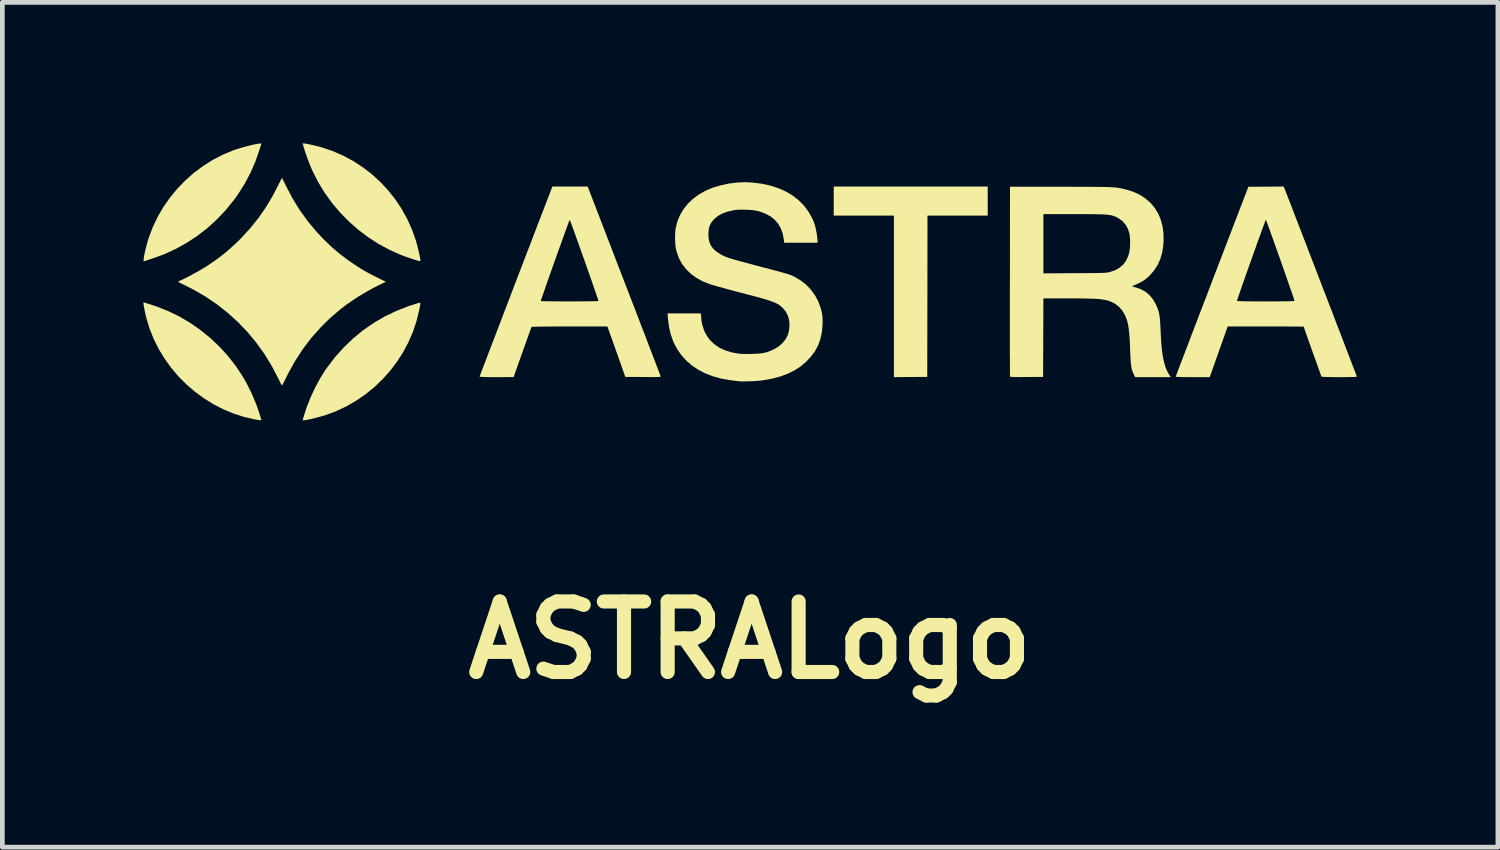
<source format=kicad_pcb>
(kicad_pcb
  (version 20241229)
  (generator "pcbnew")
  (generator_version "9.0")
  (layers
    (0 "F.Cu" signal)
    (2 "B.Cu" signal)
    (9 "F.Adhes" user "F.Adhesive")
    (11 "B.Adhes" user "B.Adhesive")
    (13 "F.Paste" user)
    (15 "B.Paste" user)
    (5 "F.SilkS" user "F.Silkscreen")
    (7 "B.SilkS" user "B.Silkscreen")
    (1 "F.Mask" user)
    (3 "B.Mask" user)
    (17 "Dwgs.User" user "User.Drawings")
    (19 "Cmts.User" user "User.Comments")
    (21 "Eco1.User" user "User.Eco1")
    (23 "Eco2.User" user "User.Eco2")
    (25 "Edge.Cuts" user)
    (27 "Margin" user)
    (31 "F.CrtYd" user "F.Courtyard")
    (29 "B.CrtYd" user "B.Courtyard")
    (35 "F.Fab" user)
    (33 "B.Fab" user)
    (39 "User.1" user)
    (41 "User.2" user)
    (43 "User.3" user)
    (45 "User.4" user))
  (footprint "ASTRALogo"
    (layer "F.Cu")
    (at 12.9 2.944)
    (property "Reference" "ASTRALogo" (at 0 7.62 0) (layer "F.SilkS") (effects (font (size 1.5 1.5) (thickness 0.3))))
    (attr board_only exclude_from_pos_files exclude_from_bom)
    (fp_poly (pts (xy 5.057 -1.718) (xy 5.057 -1.408) (xy 4.416 -1.408) (xy 3.776 -1.408) (xy 3.774 0.307) (xy 3.771 2.022) (xy 3.416 2.024) (xy 3.062 2.027) (xy 3.062 0.31) (xy 3.062 -1.408) (xy 2.422 -1.408) (xy 1.782 -1.408) (xy 1.782 -1.718) (xy 1.782 -2.027) (xy 3.419 -2.027) (xy 5.057 -2.027)) (stroke (width 0) (type solid)) (fill yes) (layer "F.SilkS"))
    (fp_poly (pts (xy -7.014 0.448) (xy -7.011 0.46) (xy -7.012 0.484) (xy -7.019 0.523) (xy -7.03 0.579) (xy -7.035 0.603) (xy -7.092 0.837) (xy -7.168 1.065) (xy -7.264 1.286) (xy -7.377 1.498) (xy -7.507 1.7) (xy -7.653 1.892) (xy -7.813 2.071) (xy -7.987 2.238) (xy -8.174 2.39) (xy -8.373 2.527) (xy -8.582 2.648) (xy -8.801 2.751) (xy -8.945 2.806) (xy -9.015 2.83) (xy -9.092 2.854) (xy -9.173 2.877) (xy -9.252 2.898) (xy -9.327 2.916) (xy -9.394 2.93) (xy -9.449 2.94) (xy -9.487 2.944) (xy -9.491 2.944) (xy -9.514 2.944) (xy -9.492 2.867) (xy -9.426 2.663) (xy -9.344 2.456) (xy -9.248 2.25) (xy -9.141 2.053) (xy -9.026 1.869) (xy -8.987 1.814) (xy -8.817 1.593) (xy -8.632 1.388) (xy -8.435 1.2) (xy -8.225 1.028) (xy -8.002 0.874) (xy -7.767 0.737) (xy -7.522 0.619) (xy -7.265 0.518) (xy -7.065 0.455) (xy -7.041 0.448) (xy -7.024 0.444)) (stroke (width 0) (type solid)) (fill yes) (layer "F.SilkS"))
    (fp_poly (pts (xy -12.885 0.441) (xy -12.855 0.449) (xy -12.814 0.462) (xy -12.766 0.476) (xy -12.716 0.492) (xy -12.668 0.508) (xy -12.626 0.522) (xy -12.615 0.526) (xy -12.369 0.624) (xy -12.131 0.74) (xy -11.902 0.875) (xy -11.684 1.027) (xy -11.477 1.196) (xy -11.283 1.379) (xy -11.103 1.576) (xy -10.939 1.786) (xy -10.791 2.007) (xy -10.725 2.12) (xy -10.603 2.36) (xy -10.497 2.612) (xy -10.426 2.82) (xy -10.412 2.867) (xy -10.401 2.905) (xy -10.393 2.931) (xy -10.39 2.94) (xy -10.401 2.944) (xy -10.431 2.942) (xy -10.48 2.934) (xy -10.522 2.927) (xy -10.755 2.875) (xy -10.981 2.802) (xy -11.201 2.711) (xy -11.413 2.602) (xy -11.615 2.476) (xy -11.807 2.335) (xy -11.988 2.179) (xy -12.156 2.01) (xy -12.31 1.828) (xy -12.45 1.634) (xy -12.574 1.43) (xy -12.68 1.217) (xy -12.769 0.995) (xy -12.832 0.788) (xy -12.846 0.734) (xy -12.86 0.675) (xy -12.872 0.616) (xy -12.883 0.56) (xy -12.892 0.51) (xy -12.898 0.471) (xy -12.9 0.445) (xy -12.899 0.438)) (stroke (width 0) (type solid)) (fill yes) (layer "F.SilkS"))
    (fp_poly (pts (xy -9.491 -2.944) (xy -9.465 -2.942) (xy -9.423 -2.934) (xy -9.369 -2.924) (xy -9.308 -2.91) (xy -9.243 -2.895) (xy -9.179 -2.879) (xy -9.122 -2.864) (xy -9.105 -2.859) (xy -8.872 -2.78) (xy -8.647 -2.682) (xy -8.433 -2.567) (xy -8.23 -2.434) (xy -8.038 -2.286) (xy -7.859 -2.122) (xy -7.694 -1.945) (xy -7.543 -1.754) (xy -7.408 -1.551) (xy -7.289 -1.337) (xy -7.188 -1.112) (xy -7.105 -0.878) (xy -7.101 -0.864) (xy -7.086 -0.81) (xy -7.07 -0.749) (xy -7.054 -0.684) (xy -7.039 -0.62) (xy -7.026 -0.56) (xy -7.016 -0.51) (xy -7.01 -0.474) (xy -7.009 -0.459) (xy -7.01 -0.444) (xy -7.019 -0.44) (xy -7.04 -0.444) (xy -7.046 -0.445) (xy -7.084 -0.456) (xy -7.137 -0.472) (xy -7.2 -0.493) (xy -7.268 -0.516) (xy -7.336 -0.54) (xy -7.398 -0.563) (xy -7.431 -0.576) (xy -7.672 -0.683) (xy -7.904 -0.809) (xy -8.125 -0.952) (xy -8.336 -1.112) (xy -8.534 -1.287) (xy -8.719 -1.476) (xy -8.889 -1.678) (xy -9.044 -1.892) (xy -9.181 -2.117) (xy -9.3 -2.351) (xy -9.323 -2.403) (xy -9.369 -2.513) (xy -9.413 -2.629) (xy -9.453 -2.742) (xy -9.486 -2.846) (xy -9.492 -2.867) (xy -9.514 -2.944)) (stroke (width 0) (type solid)) (fill yes) (layer "F.SilkS"))
    (fp_poly (pts (xy -10.397 -2.942) (xy -10.393 -2.935) (xy -10.394 -2.927) (xy -10.4 -2.908) (xy -10.411 -2.874) (xy -10.423 -2.833) (xy -10.427 -2.822) (xy -10.516 -2.565) (xy -10.623 -2.318) (xy -10.749 -2.081) (xy -10.892 -1.855) (xy -10.97 -1.746) (xy -11.146 -1.529) (xy -11.335 -1.329) (xy -11.537 -1.145) (xy -11.752 -0.978) (xy -11.979 -0.829) (xy -12.218 -0.697) (xy -12.462 -0.586) (xy -12.503 -0.57) (xy -12.555 -0.551) (xy -12.613 -0.53) (xy -12.673 -0.508) (xy -12.733 -0.488) (xy -12.789 -0.469) (xy -12.836 -0.453) (xy -12.872 -0.443) (xy -12.892 -0.438) (xy -12.894 -0.437) (xy -12.896 -0.447) (xy -12.896 -0.472) (xy -12.893 -0.501) (xy -12.885 -0.553) (xy -12.871 -0.619) (xy -12.854 -0.696) (xy -12.833 -0.777) (xy -12.81 -0.858) (xy -12.787 -0.934) (xy -12.784 -0.944) (xy -12.698 -1.17) (xy -12.594 -1.387) (xy -12.472 -1.596) (xy -12.333 -1.794) (xy -12.178 -1.981) (xy -12.009 -2.156) (xy -11.827 -2.317) (xy -11.632 -2.462) (xy -11.427 -2.592) (xy -11.212 -2.704) (xy -10.988 -2.797) (xy -10.985 -2.798) (xy -10.922 -2.819) (xy -10.848 -2.842) (xy -10.766 -2.866) (xy -10.683 -2.888) (xy -10.602 -2.908) (xy -10.53 -2.924) (xy -10.47 -2.936) (xy -10.445 -2.939) (xy -10.413 -2.943)) (stroke (width 0) (type solid)) (fill yes) (layer "F.SilkS"))
    (fp_poly (pts (xy -9.947 -2.198) (xy -9.933 -2.173) (xy -9.914 -2.135) (xy -9.89 -2.086) (xy -9.868 -2.04) (xy -9.73 -1.777) (xy -9.577 -1.528) (xy -9.406 -1.291) (xy -9.218 -1.065) (xy -9.057 -0.895) (xy -8.893 -0.738) (xy -8.727 -0.597) (xy -8.553 -0.465) (xy -8.428 -0.379) (xy -8.345 -0.325) (xy -8.272 -0.279) (xy -8.203 -0.237) (xy -8.134 -0.198) (xy -8.059 -0.158) (xy -7.972 -0.114) (xy -7.914 -0.085) (xy -7.743 -0.000126) (xy -7.864 0.057) (xy -8.007 0.129) (xy -8.157 0.212) (xy -8.31 0.303) (xy -8.458 0.399) (xy -8.596 0.496) (xy -8.705 0.579) (xy -8.932 0.773) (xy -9.142 0.981) (xy -9.336 1.202) (xy -9.514 1.437) (xy -9.675 1.686) (xy -9.821 1.949) (xy -9.85 2.008) (xy -9.879 2.067) (xy -9.906 2.12) (xy -9.928 2.162) (xy -9.944 2.192) (xy -9.952 2.206) (xy -9.953 2.207) (xy -9.959 2.198) (xy -9.973 2.173) (xy -9.992 2.136) (xy -10.015 2.088) (xy -10.028 2.062) (xy -10.167 1.795) (xy -10.322 1.54) (xy -10.495 1.299) (xy -10.683 1.072) (xy -10.886 0.859) (xy -11.105 0.661) (xy -11.337 0.478) (xy -11.583 0.311) (xy -11.842 0.162) (xy -12.025 0.069) (xy -12.074 0.046) (xy -12.115 0.025) (xy -12.145 0.009) (xy -12.16 0.000211) (xy -12.161 -0.001) (xy -12.152 -0.008) (xy -12.128 -0.021) (xy -12.093 -0.038) (xy -12.073 -0.047) (xy -12 -0.082) (xy -11.914 -0.126) (xy -11.822 -0.176) (xy -11.727 -0.229) (xy -11.635 -0.283) (xy -11.559 -0.33) (xy -11.386 -0.446) (xy -11.224 -0.566) (xy -11.068 -0.696) (xy -10.914 -0.838) (xy -10.806 -0.945) (xy -10.62 -1.149) (xy -10.451 -1.361) (xy -10.297 -1.583) (xy -10.155 -1.819) (xy -10.046 -2.029) (xy -10.018 -2.085) (xy -9.993 -2.134) (xy -9.973 -2.173) (xy -9.959 -2.198) (xy -9.953 -2.208) (xy -9.953 -2.208)) (stroke (width 0) (type solid)) (fill yes) (layer "F.SilkS"))
    (fp_poly (pts (xy 11.368 -1.987) (xy 11.376 -1.968) (xy 11.39 -1.932) (xy 11.411 -1.878) (xy 11.438 -1.808) (xy 11.471 -1.723) (xy 11.509 -1.625) (xy 11.552 -1.514) (xy 11.599 -1.391) (xy 11.65 -1.259) (xy 11.705 -1.117) (xy 11.763 -0.967) (xy 11.823 -0.811) (xy 11.885 -0.649) (xy 11.949 -0.483) (xy 12.015 -0.313) (xy 12.081 -0.141) (xy 12.147 0.032) (xy 12.214 0.205) (xy 12.28 0.376) (xy 12.345 0.546) (xy 12.409 0.711) (xy 12.47 0.872) (xy 12.53 1.027) (xy 12.587 1.175) (xy 12.64 1.315) (xy 12.69 1.445) (xy 12.736 1.565) (xy 12.778 1.674) (xy 12.814 1.77) (xy 12.846 1.851) (xy 12.871 1.918) (xy 12.89 1.968) (xy 12.903 2.001) (xy 12.908 2.016) (xy 12.908 2.016) (xy 12.898 2.019) (xy 12.869 2.022) (xy 12.825 2.024) (xy 12.769 2.025) (xy 12.702 2.026) (xy 12.63 2.027) (xy 12.553 2.027) (xy 12.476 2.027) (xy 12.4 2.026) (xy 12.33 2.025) (xy 12.268 2.024) (xy 12.217 2.022) (xy 12.179 2.02) (xy 12.159 2.017) (xy 12.156 2.016) (xy 12.151 2.004) (xy 12.14 1.975) (xy 12.124 1.93) (xy 12.103 1.872) (xy 12.078 1.804) (xy 12.051 1.726) (xy 12.021 1.643) (xy 11.989 1.555) (xy 11.957 1.465) (xy 11.926 1.376) (xy 11.895 1.29) (xy 11.866 1.208) (xy 11.84 1.134) (xy 11.817 1.07) (xy 11.799 1.018) (xy 11.786 0.98) (xy 11.778 0.958) (xy 11.777 0.954) (xy 11.767 0.953) (xy 11.737 0.952) (xy 11.689 0.952) (xy 11.624 0.951) (xy 11.545 0.951) (xy 11.452 0.95) (xy 11.348 0.95) (xy 11.235 0.95) (xy 11.112 0.949) (xy 10.984 0.949) (xy 10.969 0.949) (xy 10.161 0.949) (xy 9.97 1.488) (xy 9.779 2.027) (xy 9.418 2.027) (xy 9.316 2.027) (xy 9.234 2.026) (xy 9.17 2.025) (xy 9.122 2.024) (xy 9.089 2.022) (xy 9.068 2.019) (xy 9.058 2.016) (xy 9.057 2.014) (xy 9.061 2.002) (xy 9.072 1.972) (xy 9.09 1.924) (xy 9.115 1.859) (xy 9.145 1.778) (xy 9.182 1.681) (xy 9.224 1.57) (xy 9.272 1.446) (xy 9.324 1.31) (xy 9.38 1.162) (xy 9.441 1.004) (xy 9.505 0.836) (xy 9.572 0.66) (xy 9.643 0.476) (xy 9.671 0.403) (xy 10.359 0.403) (xy 10.363 0.406) (xy 10.376 0.408) (xy 10.4 0.41) (xy 10.435 0.412) (xy 10.484 0.413) (xy 10.547 0.414) (xy 10.627 0.415) (xy 10.723 0.416) (xy 10.838 0.416) (xy 10.973 0.416) (xy 11.108 0.416) (xy 11.222 0.416) (xy 11.318 0.415) (xy 11.397 0.414) (xy 11.46 0.413) (xy 11.508 0.412) (xy 11.544 0.41) (xy 11.567 0.408) (xy 11.579 0.406) (xy 11.583 0.403) (xy 11.583 0.403) (xy 11.553 0.315) (xy 11.52 0.217) (xy 11.483 0.112) (xy 11.444 -0.000301) (xy 11.404 -0.117) (xy 11.362 -0.237) (xy 11.319 -0.358) (xy 11.277 -0.479) (xy 11.234 -0.599) (xy 11.193 -0.714) (xy 11.154 -0.825) (xy 11.117 -0.928) (xy 11.083 -1.023) (xy 11.052 -1.108) (xy 11.026 -1.181) (xy 11.004 -1.24) (xy 10.987 -1.284) (xy 10.976 -1.311) (xy 10.972 -1.319) (xy 10.967 -1.309) (xy 10.956 -1.281) (xy 10.939 -1.235) (xy 10.917 -1.176) (xy 10.89 -1.103) (xy 10.86 -1.018) (xy 10.826 -0.925) (xy 10.789 -0.824) (xy 10.751 -0.716) (xy 10.711 -0.605) (xy 10.671 -0.492) (xy 10.63 -0.378) (xy 10.59 -0.265) (xy 10.551 -0.155) (xy 10.514 -0.05) (xy 10.48 0.048) (xy 10.448 0.138) (xy 10.421 0.218) (xy 10.397 0.286) (xy 10.379 0.34) (xy 10.366 0.378) (xy 10.36 0.399) (xy 10.359 0.403) (xy 9.671 0.403) (xy 9.716 0.285) (xy 9.791 0.089) (xy 9.829 -0.011) (xy 10.601 -2.022) (xy 10.976 -2.024) (xy 11.351 -2.027)) (stroke (width 0) (type solid)) (fill yes) (layer "F.SilkS"))
    (fp_poly (pts (xy -3.826 -2.027) (xy -3.451 -2.027) (xy -2.678 -0.02) (xy -2.601 0.179) (xy -2.527 0.372) (xy -2.454 0.559) (xy -2.385 0.74) (xy -2.319 0.912) (xy -2.256 1.075) (xy -2.197 1.228) (xy -2.143 1.371) (xy -2.093 1.501) (xy -2.048 1.619) (xy -2.008 1.723) (xy -1.974 1.812) (xy -1.946 1.886) (xy -1.924 1.943) (xy -1.91 1.983) (xy -1.902 2.004) (xy -1.901 2.007) (xy -1.901 2.012) (xy -1.903 2.017) (xy -1.911 2.02) (xy -1.926 2.022) (xy -1.951 2.024) (xy -1.986 2.025) (xy -2.035 2.025) (xy -2.098 2.025) (xy -2.18 2.025) (xy -2.274 2.024) (xy -2.651 2.022) (xy -2.813 1.563) (xy -2.848 1.465) (xy -2.881 1.372) (xy -2.912 1.284) (xy -2.94 1.205) (xy -2.965 1.137) (xy -2.984 1.082) (xy -2.998 1.043) (xy -3.004 1.027) (xy -3.032 0.949) (xy -3.836 0.949) (xy -3.994 0.95) (xy -4.137 0.95) (xy -4.264 0.951) (xy -4.374 0.952) (xy -4.467 0.953) (xy -4.541 0.954) (xy -4.596 0.956) (xy -4.631 0.957) (xy -4.645 0.959) (xy -4.646 0.96) (xy -4.65 0.971) (xy -4.661 1) (xy -4.677 1.045) (xy -4.698 1.102) (xy -4.722 1.171) (xy -4.75 1.248) (xy -4.78 1.332) (xy -4.811 1.42) (xy -4.843 1.509) (xy -4.875 1.599) (xy -4.906 1.685) (xy -4.935 1.766) (xy -4.961 1.841) (xy -4.984 1.905) (xy -5.002 1.958) (xy -5.016 1.997) (xy -5.023 2.019) (xy -5.025 2.024) (xy -5.035 2.024) (xy -5.064 2.025) (xy -5.11 2.026) (xy -5.169 2.026) (xy -5.24 2.027) (xy -5.32 2.027) (xy -5.387 2.027) (xy -5.493 2.027) (xy -5.582 2.026) (xy -5.652 2.024) (xy -5.705 2.022) (xy -5.737 2.02) (xy -5.75 2.017) (xy -5.75 2.016) (xy -5.746 2.006) (xy -5.735 1.977) (xy -5.718 1.93) (xy -5.693 1.866) (xy -5.664 1.788) (xy -5.628 1.695) (xy -5.588 1.589) (xy -5.543 1.471) (xy -5.494 1.343) (xy -5.441 1.205) (xy -5.385 1.058) (xy -5.326 0.905) (xy -5.265 0.745) (xy -5.202 0.58) (xy -5.138 0.412) (xy -5.136 0.408) (xy -4.448 0.408) (xy -4.438 0.41) (xy -4.408 0.411) (xy -4.361 0.412) (xy -4.298 0.413) (xy -4.221 0.414) (xy -4.132 0.415) (xy -4.033 0.416) (xy -3.926 0.416) (xy -3.835 0.416) (xy -3.723 0.416) (xy -3.617 0.416) (xy -3.52 0.415) (xy -3.434 0.414) (xy -3.359 0.413) (xy -3.299 0.412) (xy -3.255 0.411) (xy -3.229 0.41) (xy -3.222 0.408) (xy -3.225 0.395) (xy -3.235 0.364) (xy -3.251 0.316) (xy -3.272 0.254) (xy -3.298 0.18) (xy -3.327 0.094) (xy -3.36 -0.001) (xy -3.396 -0.103) (xy -3.434 -0.211) (xy -3.473 -0.322) (xy -3.513 -0.436) (xy -3.554 -0.55) (xy -3.594 -0.663) (xy -3.633 -0.772) (xy -3.67 -0.876) (xy -3.705 -0.974) (xy -3.737 -1.063) (xy -3.765 -1.141) (xy -3.79 -1.208) (xy -3.809 -1.26) (xy -3.824 -1.297) (xy -3.832 -1.317) (xy -3.833 -1.32) (xy -3.838 -1.31) (xy -3.849 -1.281) (xy -3.866 -1.236) (xy -3.888 -1.176) (xy -3.915 -1.103) (xy -3.945 -1.019) (xy -3.979 -0.925) (xy -4.015 -0.824) (xy -4.054 -0.717) (xy -4.094 -0.606) (xy -4.134 -0.492) (xy -4.175 -0.378) (xy -4.215 -0.265) (xy -4.254 -0.155) (xy -4.291 -0.05) (xy -4.326 0.049) (xy -4.357 0.139) (xy -4.385 0.22) (xy -4.409 0.288) (xy -4.428 0.343) (xy -4.441 0.382) (xy -4.448 0.404) (xy -4.448 0.408) (xy -5.136 0.408) (xy -5.072 0.24) (xy -5.006 0.067) (xy -4.94 -0.106) (xy -4.873 -0.278) (xy -4.808 -0.449) (xy -4.744 -0.616) (xy -4.681 -0.779) (xy -4.621 -0.937) (xy -4.563 -1.088) (xy -4.508 -1.232) (xy -4.456 -1.367) (xy -4.408 -1.491) (xy -4.364 -1.605) (xy -4.325 -1.706) (xy -4.291 -1.794) (xy -4.263 -1.868) (xy -4.241 -1.925) (xy -4.225 -1.966) (xy -4.217 -1.987) (xy -4.201 -2.027)) (stroke (width 0) (type solid)) (fill yes) (layer "F.SilkS"))
    (fp_poly (pts (xy 6.786 -2.022) (xy 6.949 -2.021) (xy 7.093 -2.021) (xy 7.221 -2.021) (xy 7.332 -2.02) (xy 7.43 -2.019) (xy 7.514 -2.018) (xy 7.587 -2.016) (xy 7.651 -2.014) (xy 7.705 -2.011) (xy 7.753 -2.008) (xy 7.795 -2.004) (xy 7.832 -1.999) (xy 7.867 -1.993) (xy 7.9 -1.987) (xy 7.933 -1.979) (xy 7.968 -1.971) (xy 8.005 -1.962) (xy 8.005 -1.962) (xy 8.156 -1.914) (xy 8.292 -1.851) (xy 8.412 -1.773) (xy 8.517 -1.681) (xy 8.606 -1.577) (xy 8.679 -1.459) (xy 8.735 -1.329) (xy 8.774 -1.188) (xy 8.795 -1.037) (xy 8.798 -0.875) (xy 8.791 -0.771) (xy 8.767 -0.618) (xy 8.725 -0.478) (xy 8.666 -0.35) (xy 8.589 -0.233) (xy 8.494 -0.126) (xy 8.479 -0.112) (xy 8.431 -0.07) (xy 8.387 -0.036) (xy 8.337 -0.005) (xy 8.275 0.027) (xy 8.274 0.027) (xy 8.228 0.049) (xy 8.188 0.068) (xy 8.158 0.08) (xy 8.143 0.085) (xy 8.142 0.085) (xy 8.13 0.09) (xy 8.129 0.093) (xy 8.139 0.1) (xy 8.164 0.108) (xy 8.199 0.118) (xy 8.204 0.119) (xy 8.314 0.156) (xy 8.412 0.211) (xy 8.498 0.283) (xy 8.571 0.371) (xy 8.623 0.46) (xy 8.647 0.51) (xy 8.667 0.556) (xy 8.683 0.601) (xy 8.696 0.647) (xy 8.707 0.697) (xy 8.715 0.754) (xy 8.722 0.821) (xy 8.727 0.901) (xy 8.732 0.996) (xy 8.737 1.107) (xy 8.747 1.287) (xy 8.762 1.447) (xy 8.782 1.589) (xy 8.808 1.711) (xy 8.839 1.817) (xy 8.876 1.906) (xy 8.909 1.964) (xy 8.95 2.027) (xy 8.572 2.027) (xy 8.193 2.027) (xy 8.166 1.973) (xy 8.147 1.934) (xy 8.132 1.895) (xy 8.12 1.852) (xy 8.111 1.804) (xy 8.103 1.748) (xy 8.097 1.679) (xy 8.092 1.597) (xy 8.088 1.497) (xy 8.086 1.445) (xy 8.081 1.304) (xy 8.074 1.183) (xy 8.065 1.078) (xy 8.055 0.989) (xy 8.043 0.913) (xy 8.028 0.849) (xy 8.021 0.824) (xy 7.978 0.712) (xy 7.922 0.616) (xy 7.854 0.536) (xy 7.775 0.473) (xy 7.721 0.443) (xy 7.683 0.425) (xy 7.644 0.41) (xy 7.605 0.397) (xy 7.562 0.387) (xy 7.514 0.378) (xy 7.46 0.37) (xy 7.397 0.364) (xy 7.323 0.36) (xy 7.237 0.357) (xy 7.137 0.355) (xy 7.02 0.353) (xy 6.886 0.353) (xy 6.75 0.352) (xy 6.241 0.352) (xy 6.238 1.187) (xy 6.235 2.022) (xy 5.886 2.024) (xy 5.786 2.025) (xy 5.705 2.025) (xy 5.642 2.025) (xy 5.596 2.023) (xy 5.563 2.022) (xy 5.542 2.019) (xy 5.532 2.016) (xy 5.531 2.014) (xy 5.53 2.002) (xy 5.53 1.97) (xy 5.529 1.918) (xy 5.529 1.849) (xy 5.529 1.762) (xy 5.529 1.659) (xy 5.528 1.541) (xy 5.528 1.409) (xy 5.528 1.265) (xy 5.528 1.108) (xy 5.528 0.94) (xy 5.528 0.763) (xy 5.528 0.577) (xy 5.528 0.383) (xy 5.528 0.183) (xy 5.529 -0.011) (xy 5.53 -1.44) (xy 6.241 -1.44) (xy 6.241 -0.81) (xy 6.241 -0.18) (xy 6.91 -0.184) (xy 7.046 -0.185) (xy 7.163 -0.185) (xy 7.262 -0.186) (xy 7.345 -0.187) (xy 7.414 -0.188) (xy 7.47 -0.189) (xy 7.515 -0.191) (xy 7.551 -0.193) (xy 7.58 -0.195) (xy 7.603 -0.198) (xy 7.623 -0.201) (xy 7.64 -0.205) (xy 7.658 -0.209) (xy 7.663 -0.211) (xy 7.771 -0.249) (xy 7.862 -0.301) (xy 7.937 -0.365) (xy 7.996 -0.444) (xy 8.041 -0.539) (xy 8.065 -0.614) (xy 8.077 -0.679) (xy 8.084 -0.757) (xy 8.086 -0.841) (xy 8.083 -0.924) (xy 8.076 -0.998) (xy 8.071 -1.027) (xy 8.039 -1.125) (xy 7.991 -1.213) (xy 7.926 -1.288) (xy 7.846 -1.348) (xy 7.806 -1.37) (xy 7.778 -1.383) (xy 7.751 -1.395) (xy 7.723 -1.405) (xy 7.692 -1.413) (xy 7.658 -1.42) (xy 7.618 -1.426) (xy 7.57 -1.43) (xy 7.512 -1.434) (xy 7.444 -1.436) (xy 7.363 -1.438) (xy 7.267 -1.439) (xy 7.155 -1.44) (xy 7.024 -1.44) (xy 6.89 -1.44) (xy 6.241 -1.44) (xy 5.53 -1.44) (xy 5.531 -2.022) (xy 6.603 -2.022)) (stroke (width 0) (type solid)) (fill yes) (layer "F.SilkS"))
    (fp_poly (pts (xy 0.043 -2.113) (xy 0.048 -2.112) (xy 0.25 -2.087) (xy 0.437 -2.046) (xy 0.609 -1.99) (xy 0.767 -1.92) (xy 0.909 -1.835) (xy 1.036 -1.736) (xy 1.148 -1.623) (xy 1.243 -1.496) (xy 1.323 -1.354) (xy 1.354 -1.285) (xy 1.376 -1.222) (xy 1.397 -1.143) (xy 1.415 -1.057) (xy 1.428 -0.97) (xy 1.434 -0.915) (xy 1.44 -0.832) (xy 1.084 -0.832) (xy 0.728 -0.832) (xy 0.721 -0.895) (xy 0.698 -1.021) (xy 0.658 -1.133) (xy 0.602 -1.232) (xy 0.53 -1.317) (xy 0.442 -1.388) (xy 0.361 -1.434) (xy 0.286 -1.467) (xy 0.218 -1.492) (xy 0.149 -1.51) (xy 0.074 -1.522) (xy -0.012 -1.53) (xy -0.082 -1.533) (xy -0.159 -1.535) (xy -0.22 -1.535) (xy -0.272 -1.532) (xy -0.32 -1.527) (xy -0.359 -1.52) (xy -0.486 -1.49) (xy -0.596 -1.449) (xy -0.689 -1.395) (xy -0.767 -1.328) (xy -0.772 -1.323) (xy -0.823 -1.26) (xy -0.856 -1.194) (xy -0.876 -1.12) (xy -0.883 -1.051) (xy -0.882 -0.948) (xy -0.866 -0.857) (xy -0.834 -0.778) (xy -0.785 -0.708) (xy -0.718 -0.646) (xy -0.632 -0.589) (xy -0.578 -0.561) (xy -0.557 -0.55) (xy -0.536 -0.541) (xy -0.512 -0.531) (xy -0.485 -0.521) (xy -0.453 -0.51) (xy -0.415 -0.497) (xy -0.37 -0.484) (xy -0.316 -0.468) (xy -0.251 -0.45) (xy -0.176 -0.429) (xy -0.087 -0.405) (xy 0.015 -0.378) (xy 0.133 -0.346) (xy 0.268 -0.311) (xy 0.421 -0.271) (xy 0.56 -0.234) (xy 0.651 -0.21) (xy 0.725 -0.189) (xy 0.786 -0.171) (xy 0.836 -0.155) (xy 0.879 -0.139) (xy 0.919 -0.121) (xy 0.959 -0.102) (xy 0.963 -0.1) (xy 1.085 -0.026) (xy 1.198 0.064) (xy 1.297 0.168) (xy 1.382 0.285) (xy 1.451 0.41) (xy 1.497 0.534) (xy 1.52 0.614) (xy 1.535 0.687) (xy 1.543 0.757) (xy 1.546 0.835) (xy 1.544 0.922) (xy 1.529 1.078) (xy 1.497 1.221) (xy 1.448 1.354) (xy 1.381 1.478) (xy 1.294 1.595) (xy 1.192 1.703) (xy 1.077 1.8) (xy 0.948 1.883) (xy 0.804 1.954) (xy 0.645 2.013) (xy 0.47 2.059) (xy 0.277 2.094) (xy 0.262 2.096) (xy 0.206 2.103) (xy 0.136 2.108) (xy 0.06 2.113) (xy -0.019 2.116) (xy -0.093 2.118) (xy -0.158 2.118) (xy -0.207 2.117) (xy -0.208 2.117) (xy -0.419 2.093) (xy -0.614 2.057) (xy -0.792 2.008) (xy -0.955 1.945) (xy -1.103 1.868) (xy -1.237 1.777) (xy -1.356 1.673) (xy -1.358 1.671) (xy -1.463 1.553) (xy -1.552 1.425) (xy -1.624 1.286) (xy -1.679 1.136) (xy -1.719 0.972) (xy -1.743 0.795) (xy -1.745 0.765) (xy -1.752 0.672) (xy -1.4 0.672) (xy -1.048 0.672) (xy -1.042 0.696) (xy -1.038 0.721) (xy -1.035 0.756) (xy -1.035 0.773) (xy -1.032 0.81) (xy -1.025 0.857) (xy -1.015 0.907) (xy -1.013 0.916) (xy -0.974 1.039) (xy -0.917 1.149) (xy -0.844 1.246) (xy -0.754 1.33) (xy -0.649 1.401) (xy -0.528 1.457) (xy -0.393 1.499) (xy -0.307 1.516) (xy -0.256 1.524) (xy -0.21 1.53) (xy -0.163 1.533) (xy -0.112 1.535) (xy -0.049 1.535) (xy 0.029 1.533) (xy 0.032 1.533) (xy 0.129 1.53) (xy 0.209 1.524) (xy 0.277 1.515) (xy 0.338 1.502) (xy 0.396 1.484) (xy 0.455 1.46) (xy 0.51 1.434) (xy 0.611 1.374) (xy 0.694 1.302) (xy 0.759 1.22) (xy 0.806 1.128) (xy 0.833 1.026) (xy 0.841 0.915) (xy 0.832 0.811) (xy 0.807 0.72) (xy 0.763 0.635) (xy 0.703 0.56) (xy 0.629 0.496) (xy 0.567 0.46) (xy 0.519 0.438) (xy 0.454 0.414) (xy 0.375 0.387) (xy 0.287 0.36) (xy 0.193 0.332) (xy 0.097 0.307) (xy 0.085 0.304) (xy 0.007 0.284) (xy -0.081 0.261) (xy -0.176 0.236) (xy -0.274 0.211) (xy -0.373 0.184) (xy -0.47 0.158) (xy -0.562 0.132) (xy -0.648 0.109) (xy -0.723 0.088) (xy -0.786 0.07) (xy -0.833 0.056) (xy -0.861 0.047) (xy -1.01 -0.013) (xy -1.143 -0.087) (xy -1.26 -0.173) (xy -1.361 -0.272) (xy -1.445 -0.383) (xy -1.511 -0.504) (xy -1.558 -0.637) (xy -1.574 -0.699) (xy -1.583 -0.757) (xy -1.589 -0.83) (xy -1.592 -0.91) (xy -1.592 -0.991) (xy -1.588 -1.067) (xy -1.582 -1.129) (xy -1.58 -1.141) (xy -1.543 -1.284) (xy -1.487 -1.419) (xy -1.413 -1.545) (xy -1.321 -1.66) (xy -1.212 -1.765) (xy -1.087 -1.857) (xy -0.946 -1.937) (xy -0.926 -1.946) (xy -0.783 -2.005) (xy -0.625 -2.052) (xy -0.459 -2.088) (xy -0.289 -2.11) (xy -0.12 -2.119)) (stroke (width 0) (type solid)) (fill yes) (layer "F.SilkS")))
  (gr_rect
    (start -3 -3)
    (end 28.808 14.968)
    (stroke (width 0.1) (type default))
    (fill no)
    (layer "Edge.Cuts")))
</source>
